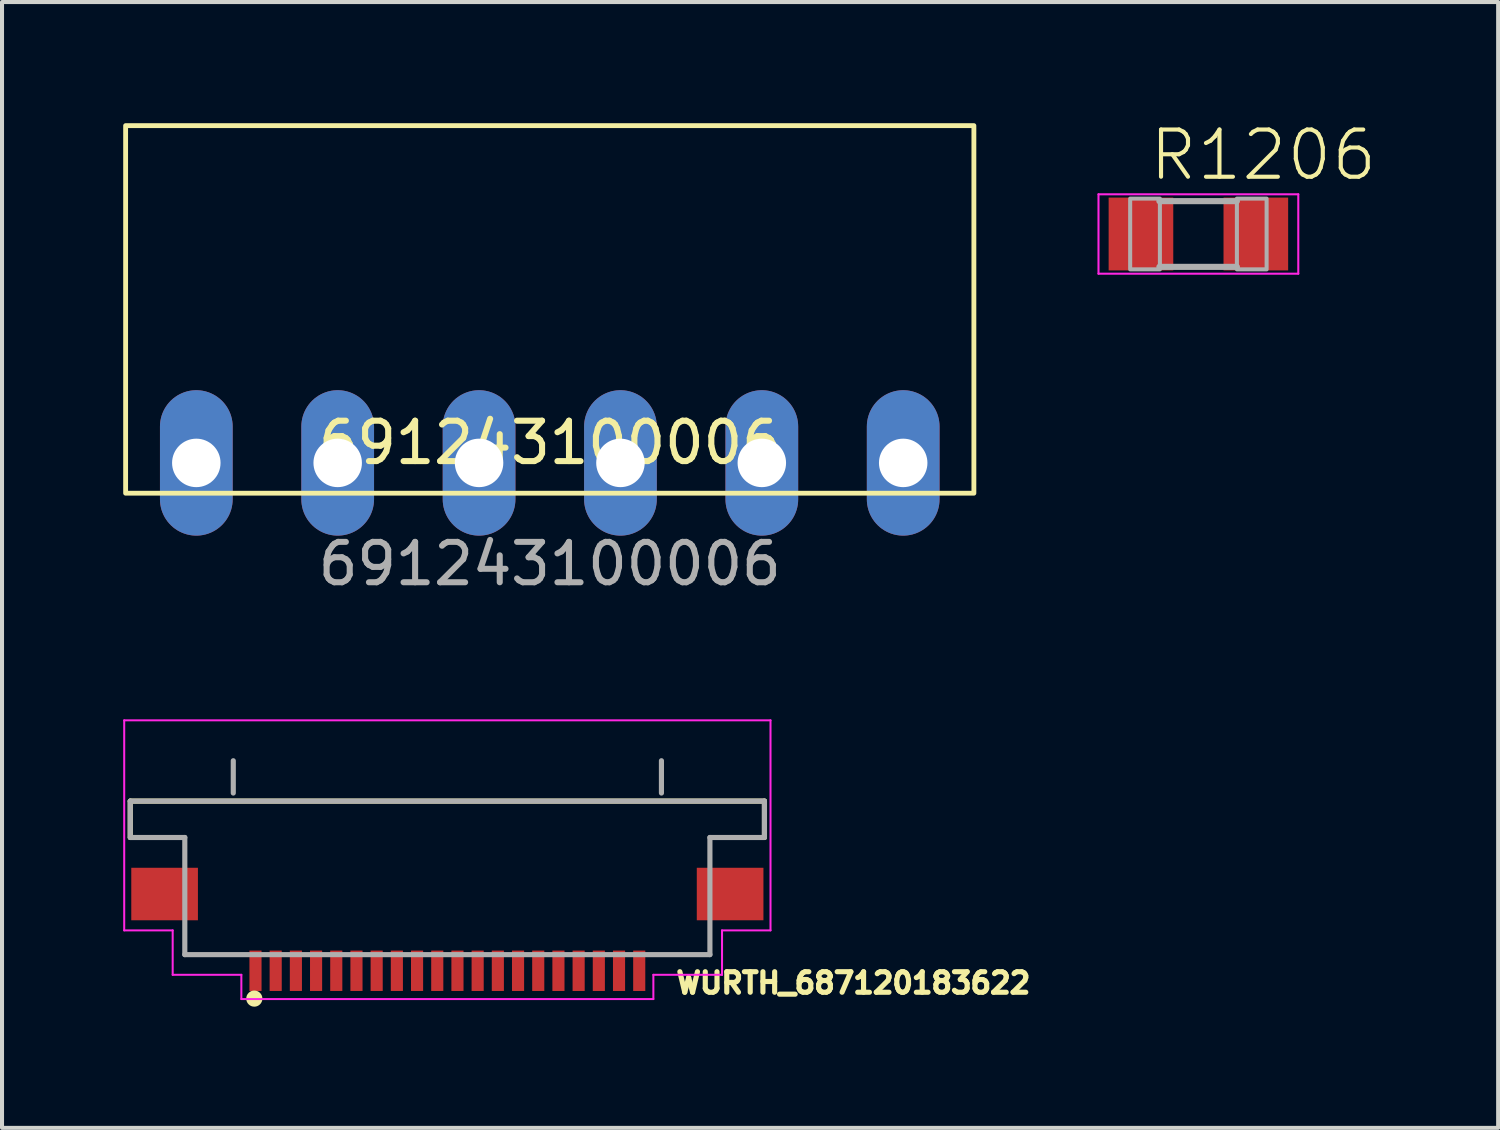
<source format=kicad_pcb>
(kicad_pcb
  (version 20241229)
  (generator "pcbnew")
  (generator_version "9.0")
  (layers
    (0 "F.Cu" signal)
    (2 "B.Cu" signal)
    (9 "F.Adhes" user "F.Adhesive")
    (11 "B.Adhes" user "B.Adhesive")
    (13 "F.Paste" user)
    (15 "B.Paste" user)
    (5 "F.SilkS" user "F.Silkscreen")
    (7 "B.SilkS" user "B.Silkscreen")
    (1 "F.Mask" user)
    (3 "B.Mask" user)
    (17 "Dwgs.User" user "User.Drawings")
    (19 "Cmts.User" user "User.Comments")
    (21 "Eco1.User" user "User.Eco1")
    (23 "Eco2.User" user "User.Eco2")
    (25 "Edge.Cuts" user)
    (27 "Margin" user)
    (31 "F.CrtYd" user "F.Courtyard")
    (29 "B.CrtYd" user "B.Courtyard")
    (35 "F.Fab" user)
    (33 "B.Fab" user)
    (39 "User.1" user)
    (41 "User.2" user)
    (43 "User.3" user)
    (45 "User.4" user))
  (footprint "WURTH_687120183622"
    (layer "F.Cu")
    (at 8.025 19.083)
    (property "Reference" "WURTH_687120183622" (at 5.6 2.5 0) (layer "F.SilkS") (effects (font (size 0.508 0.508) (thickness 0.127)) (justify left bottom)))
    (fp_line (start -7.85 -2.3) (end -7.85 -1.4) (stroke (width 0.127) (type solid)) (layer "F.SilkS"))
    (fp_line (start 7.85 -2.3) (end -7.85 -2.3) (stroke (width 0.127) (type solid)) (layer "F.SilkS"))
    (fp_line (start 7.85 -1.4) (end 7.85 -2.3) (stroke (width 0.127) (type solid)) (layer "F.SilkS"))
    (fp_circle (center -4.779 2.589) (end -4.679 2.589) (stroke (width 0.2) (type solid)) (fill no) (layer "F.SilkS"))
    (fp_line (start -8 -4.3) (end -8 0.9) (stroke (width 0.05) (type solid)) (layer "F.CrtYd"))
    (fp_line (start -6.8 0.9) (end -8 0.9) (stroke (width 0.05) (type solid)) (layer "F.CrtYd"))
    (fp_line (start -6.8 2) (end -6.8 0.9) (stroke (width 0.05) (type solid)) (layer "F.CrtYd"))
    (fp_line (start -5.1 2) (end -6.8 2) (stroke (width 0.05) (type solid)) (layer "F.CrtYd"))
    (fp_line (start -5.1 2.6) (end -5.1 2) (stroke (width 0.05) (type solid)) (layer "F.CrtYd"))
    (fp_line (start -5.1 2.6) (end 5.1 2.6) (stroke (width 0.05) (type solid)) (layer "F.CrtYd"))
    (fp_line (start 5.1 2) (end 5.1 2.6) (stroke (width 0.05) (type solid)) (layer "F.CrtYd"))
    (fp_line (start 6.8 0.9) (end 6.8 2) (stroke (width 0.05) (type solid)) (layer "F.CrtYd"))
    (fp_line (start 6.8 2) (end 5.1 2) (stroke (width 0.05) (type solid)) (layer "F.CrtYd"))
    (fp_line (start 8 -4.3) (end -8 -4.3) (stroke (width 0.05) (type solid)) (layer "F.CrtYd"))
    (fp_line (start 8 0.9) (end 6.8 0.9) (stroke (width 0.05) (type solid)) (layer "F.CrtYd"))
    (fp_line (start 8 0.9) (end 8 -4.3) (stroke (width 0.05) (type solid)) (layer "F.CrtYd"))
    (fp_line (start -7.85 -1.4) (end -7.85 -2.3) (stroke (width 0.127) (type solid)) (layer "F.Fab"))
    (fp_line (start -6.5 -1.4) (end -7.85 -1.4) (stroke (width 0.127) (type solid)) (layer "F.Fab"))
    (fp_line (start -6.5 1.5) (end -6.5 -1.4) (stroke (width 0.127) (type solid)) (layer "F.Fab"))
    (fp_line (start -5.3 -2.5) (end -5.3 -3.3) (stroke (width 0.127) (type solid)) (layer "F.Fab"))
    (fp_line (start 5.3 -2.5) (end 5.3 -3.3) (stroke (width 0.127) (type solid)) (layer "F.Fab"))
    (fp_line (start 6.5 -1.4) (end 7.85 -1.4) (stroke (width 0.127) (type solid)) (layer "F.Fab"))
    (fp_line (start 6.5 1.5) (end -6.5 1.5) (stroke (width 0.127) (type solid)) (layer "F.Fab"))
    (fp_line (start 6.5 1.5) (end 6.5 -1.4) (stroke (width 0.127) (type solid)) (layer "F.Fab"))
    (fp_line (start 7.85 -2.3) (end -7.85 -2.3) (stroke (width 0.127) (type solid)) (layer "F.Fab"))
    (fp_line (start 7.85 -1.4) (end 7.85 -2.3) (stroke (width 0.127) (type solid)) (layer "F.Fab"))
    (pad "1" smd rect (at -4.75 1.9 90) (size 1 0.3) (layers "F.Cu" "F.Mask" "F.Paste"))
    (pad "2" smd rect (at -4.25 1.9 90) (size 1 0.3) (layers "F.Cu" "F.Mask" "F.Paste"))
    (pad "3" smd rect (at -3.75 1.9 90) (size 1 0.3) (layers "F.Cu" "F.Mask" "F.Paste"))
    (pad "4" smd rect (at -3.25 1.9 90) (size 1 0.3) (layers "F.Cu" "F.Mask" "F.Paste"))
    (pad "5" smd rect (at -2.75 1.9 90) (size 1 0.3) (layers "F.Cu" "F.Mask" "F.Paste"))
    (pad "6" smd rect (at -2.25 1.9 90) (size 1 0.3) (layers "F.Cu" "F.Mask" "F.Paste"))
    (pad "7" smd rect (at -1.75 1.9 90) (size 1 0.3) (layers "F.Cu" "F.Mask" "F.Paste"))
    (pad "8" smd rect (at -1.25 1.9 90) (size 1 0.3) (layers "F.Cu" "F.Mask" "F.Paste"))
    (pad "9" smd rect (at -0.75 1.9 90) (size 1 0.3) (layers "F.Cu" "F.Mask" "F.Paste"))
    (pad "10" smd rect (at -0.25 1.9 90) (size 1 0.3) (layers "F.Cu" "F.Mask" "F.Paste"))
    (pad "11" smd rect (at 0.25 1.9 90) (size 1 0.3) (layers "F.Cu" "F.Mask" "F.Paste"))
    (pad "12" smd rect (at 0.75 1.9 90) (size 1 0.3) (layers "F.Cu" "F.Mask" "F.Paste"))
    (pad "13" smd rect (at 1.25 1.9 90) (size 1 0.3) (layers "F.Cu" "F.Mask" "F.Paste"))
    (pad "14" smd rect (at 1.75 1.9 90) (size 1 0.3) (layers "F.Cu" "F.Mask" "F.Paste"))
    (pad "15" smd rect (at 2.25 1.9 90) (size 1 0.3) (layers "F.Cu" "F.Mask" "F.Paste"))
    (pad "16" smd rect (at 2.75 1.9 90) (size 1 0.3) (layers "F.Cu" "F.Mask" "F.Paste"))
    (pad "17" smd rect (at 3.25 1.9 90) (size 1 0.3) (layers "F.Cu" "F.Mask" "F.Paste"))
    (pad "18" smd rect (at 3.75 1.9 90) (size 1 0.3) (layers "F.Cu" "F.Mask" "F.Paste"))
    (pad "19" smd rect (at 4.25 1.9 90) (size 1 0.3) (layers "F.Cu" "F.Mask" "F.Paste"))
    (pad "20" smd rect (at 4.75 1.9 90) (size 1 0.3) (layers "F.Cu" "F.Mask" "F.Paste"))
    (pad "PAD1" smd rect (at 7 0 180) (size 1.65 1.3) (layers "F.Cu" "F.Mask"))
    (pad "PAD2" smd rect (at -7 0 180) (size 1.65 1.3) (layers "F.Cu" "F.Mask")))
  (footprint "691243100006"
    (layer "F.Cu")
    (at 10.56 8.41)
    (property "Reference" "691243100006" (at 0 -0.5 0) (unlocked yes) (layer "F.SilkS") (effects (font (size 1 1) (thickness 0.15))))
    (attr through_hole)
    (fp_rect (start -10.5 0.75) (end 10.5 -8.35) (stroke (width 0.12) (type solid)) (fill no) (layer "F.SilkS"))
    (fp_text user "${REFERENCE}" (at 0 2.5 0) (unlocked yes) (layer "F.Fab") (effects (font (size 1 1) (thickness 0.15))))
    (pad "1" thru_hole oval (at -8.75 0) (size 1.8 3.6) (drill 1.2) (layers "*.Cu" "*.Mask"))
    (pad "2" thru_hole oval (at -5.25 0) (size 1.8 3.6) (drill 1.2) (layers "*.Cu" "*.Mask"))
    (pad "3" thru_hole oval (at -1.75 0) (size 1.8 3.6) (drill 1.2) (layers "*.Cu" "*.Mask"))
    (pad "4" thru_hole oval (at 1.75 0) (size 1.8 3.6) (drill 1.2) (layers "*.Cu" "*.Mask"))
    (pad "5" thru_hole oval (at 5.25 0) (size 1.8 3.6) (drill 1.2) (layers "*.Cu" "*.Mask"))
    (pad "6" thru_hole oval (at 8.75 0) (size 1.8 3.6) (drill 1.2) (layers "*.Cu" "*.Mask")))
  (footprint "R1206"
    (layer "F.Cu")
    (at 26.618 2.743)
    (property "Reference" "R1206" (at -1.27 -1.27 0) (layer "F.SilkS") (effects (font (size 1.168 1.168) (thickness 0.102)) (justify left bottom)))
    (fp_line (start -2.473 -0.983) (end 2.473 -0.983) (stroke (width 0.051) (type solid)) (layer "F.CrtYd"))
    (fp_line (start -2.473 0.983) (end -2.473 -0.983) (stroke (width 0.051) (type solid)) (layer "F.CrtYd"))
    (fp_line (start 2.473 -0.983) (end 2.473 0.983) (stroke (width 0.051) (type solid)) (layer "F.CrtYd"))
    (fp_line (start 2.473 0.983) (end -2.473 0.983) (stroke (width 0.051) (type solid)) (layer "F.CrtYd"))
    (fp_line (start 0.953 -0.813) (end -0.965 -0.813) (stroke (width 0.152) (type solid)) (layer "F.Fab"))
    (fp_line (start 0.953 0.813) (end -0.965 0.813) (stroke (width 0.152) (type solid)) (layer "F.Fab"))
    (fp_poly (pts (xy -1.689 0.876) (xy -0.953 0.876) (xy -0.953 -0.876) (xy -1.689 -0.876)) (stroke (width 0.1) (type solid)) (fill no) (layer "F.Fab"))
    (fp_poly (pts (xy 0.953 0.876) (xy 1.689 0.876) (xy 1.689 -0.876) (xy 0.953 -0.876)) (stroke (width 0.1) (type solid)) (fill no) (layer "F.Fab"))
    (pad "1" smd rect (at -1.422 0) (size 1.6 1.803) (layers "F.Cu" "F.Mask" "F.Paste"))
    (pad "2" smd rect (at 1.422 0) (size 1.6 1.803) (layers "F.Cu" "F.Mask" "F.Paste")))
  (gr_rect
    (start -3 -3)
    (end 34.039 24.872)
    (stroke (width 0.1) (type default))
    (fill no)
    (layer "Edge.Cuts")))
</source>
